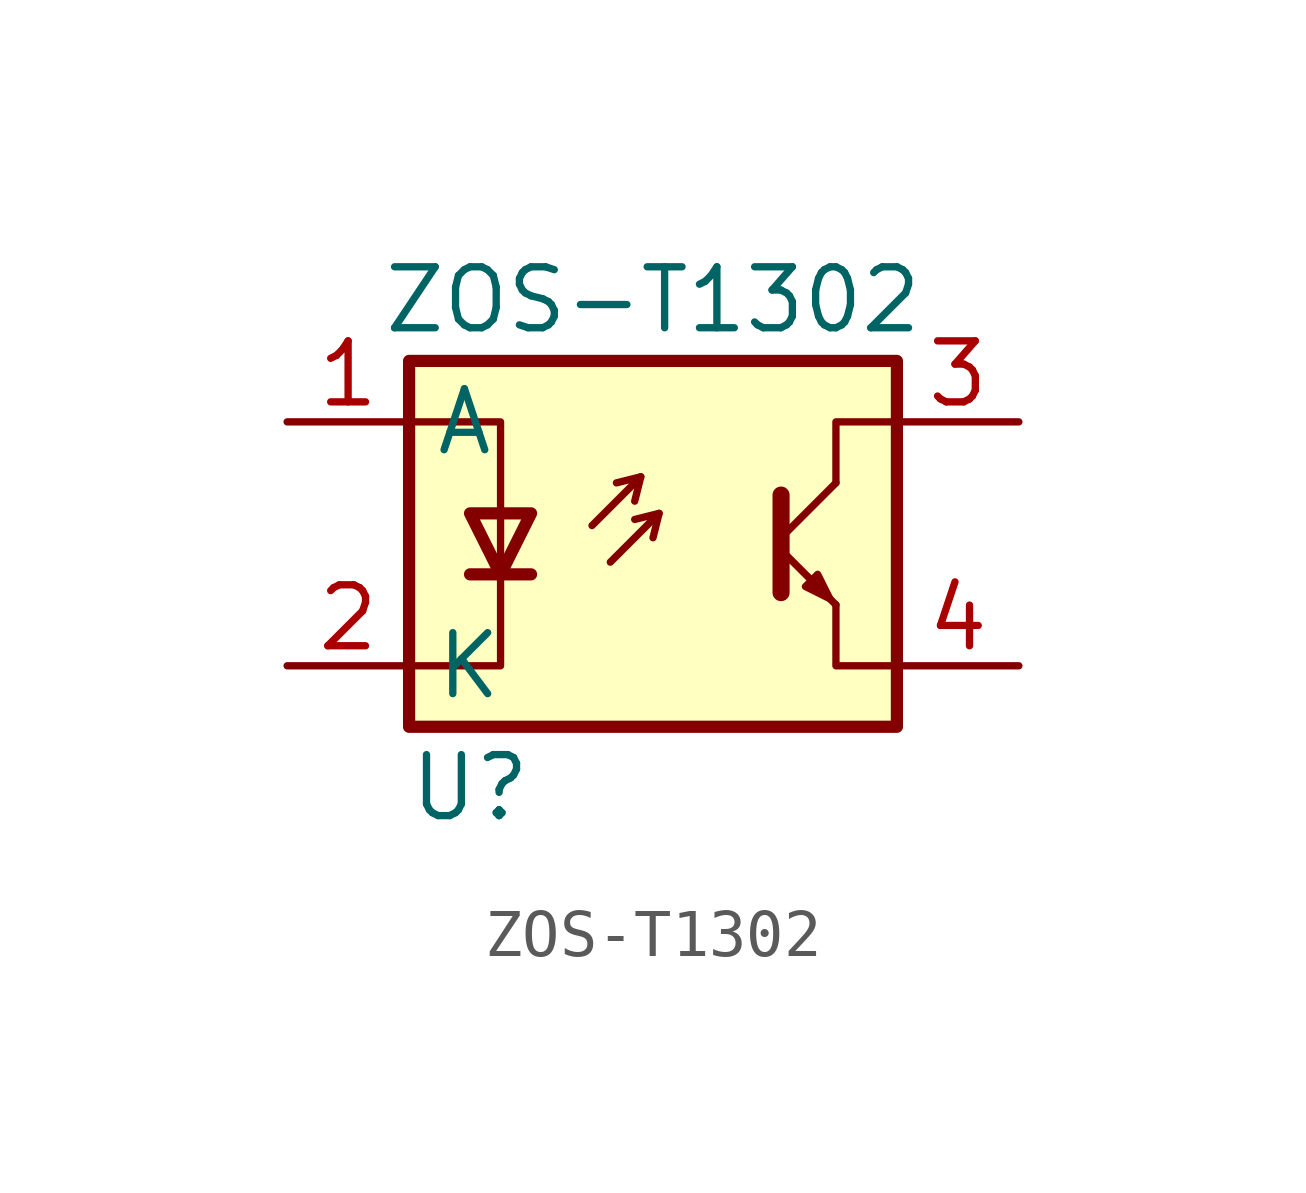
<source format=kicad_sym>
(kicad_symbol_lib
  (version 20211014)
  (generator kicad_symbol_editor)
  (symbol "microTouch:ZOS-T1302"
    (property "Reference" "U"
      (at -3.81 -5.08 0)
      (effects (font (size 1.27 1.27))))
    (property "Value" "ZOS-T1302"
      (at 0 5.08 0)
      (effects (font (size 1.27 1.27))))
    (symbol "ZOS-T1302_0_1"
      (polyline (pts (xy -3.81 -0.635) (xy -2.54 -0.635)) (stroke (width 0.254) (type default) (color 0 0 0 0)) (fill (type none)))
      (polyline (pts (xy -0.254 1.397) (xy -0.381 0.889)) (stroke (width 0) (type default) (color 0 0 0 0)) (fill (type none)))
      (polyline (pts (xy 0.127 0.635) (xy 0 0.127)) (stroke (width 0) (type default) (color 0 0 0 0)) (fill (type none)))
      (polyline (pts (xy 2.667 -0.127) (xy 3.81 -1.27)) (stroke (width 0) (type default) (color 0 0 0 0)) (fill (type none)))
      (polyline (pts (xy 2.667 0.127) (xy 3.81 1.27)) (stroke (width 0) (type default) (color 0 0 0 0)) (fill (type none)))
      (polyline (pts (xy -1.27 0.381) (xy -0.254 1.397) (xy -0.762 1.27)) (stroke (width 0) (type default) (color 0 0 0 0)) (fill (type none)))
      (polyline (pts (xy -0.889 -0.381) (xy 0.127 0.635) (xy -0.381 0.508)) (stroke (width 0) (type default) (color 0 0 0 0)) (fill (type none)))
      (polyline (pts (xy 2.667 1.016) (xy 2.667 -1.016) (xy 2.667 -1.016)) (stroke (width 0.356) (type default) (color 0 0 0 0)) (fill (type none)))
      (polyline (pts (xy 3.81 -1.27) (xy 3.81 -2.54) (xy 5.08 -2.54)) (stroke (width 0) (type default) (color 0 0 0 0)) (fill (type none)))
      (polyline (pts (xy 3.81 1.27) (xy 3.81 2.54) (xy 5.08 2.54)) (stroke (width 0) (type default) (color 0 0 0 0)) (fill (type none)))
      (polyline (pts (xy -5.08 -2.54) (xy -3.175 -2.54) (xy -3.175 2.54) (xy -5.08 2.54)) (stroke (width 0) (type default) (color 0 0 0 0)) (fill (type none)))
      (polyline (pts (xy -3.175 -0.635) (xy -3.81 0.635) (xy -2.54 0.635) (xy -3.175 -0.635)) (stroke (width 0.254) (type default) (color 0 0 0 0)) (fill (type none)))
      (polyline (pts (xy 3.683 -1.143) (xy 3.429 -0.635) (xy 3.175 -0.889) (xy 3.683 -1.143)) (stroke (width 0) (type default) (color 0 0 0 0)) (fill (type none)))
      (polyline (pts (xy -5.08 -3.81) (xy 5.08 -3.81) (xy 5.08 3.81) (xy -5.08 3.81) (xy -5.08 -3.81)) (stroke (width 0.254) (type default) (color 0 0 0 0)) (fill (type background))))
    (symbol "ZOS-T1302_1_1"
      (pin passive line (at -7.62 2.54 0) (length 2.54) (name "A" (effects (font (size 1.27 1.27)))) (number "1" (effects (font (size 1.27 1.27)))))
      (pin passive line (at -7.62 -2.54 0) (length 2.54) (name "K" (effects (font (size 1.27 1.27)))) (number "2" (effects (font (size 1.27 1.27)))))
      (pin open_collector line (at 7.62 2.54 180) (length 2.54) (name "~" (effects (font (size 1.27 1.27)))) (number "3" (effects (font (size 1.27 1.27)))))
      (pin open_emitter line (at 7.62 -2.54 180) (length 2.54) (name "~" (effects (font (size 1.27 1.27)))) (number "4" (effects (font (size 1.27 1.27))))))))
</source>
